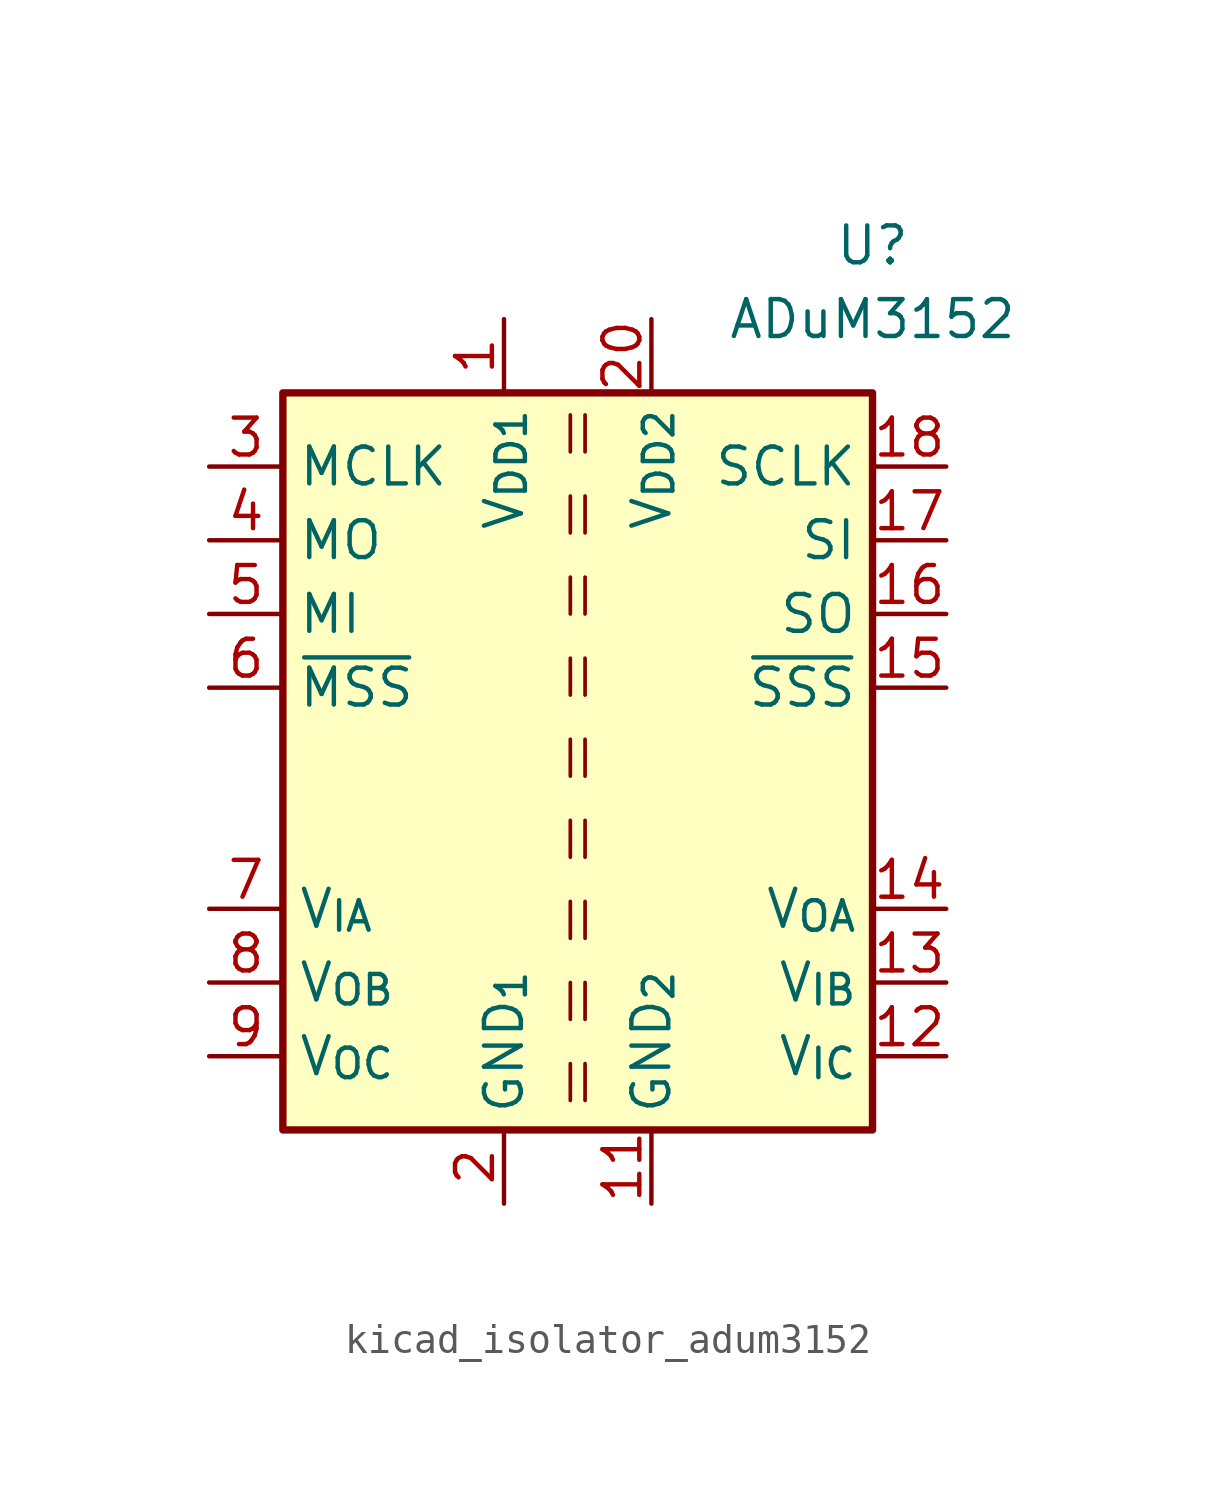
<source format=kicad_sym>
(kicad_symbol_lib
  (version 20220914)
  (generator kicad_symbol_editor)
  (symbol "kicad_isolator_adum3152"
    (property "Reference" "U"
      (at 10.16 17.78 0)
      (effects (font (size 1.27 1.27))))
    (property "Value" "ADuM3152"
      (at 10.16 15.24 0)
      (effects (font (size 1.27 1.27))))
    (symbol "kicad_isolator_adum3152_0_0"
      (rectangle (start -10.16 12.7) (end 10.16 -12.7) (stroke (width 0.254) (type default)) (fill (type background))))
    (symbol "kicad_isolator_adum3152_1_1"
      (polyline (pts (xy -0.254 -10.414) (xy -0.254 -11.684)) (stroke (width 0.127) (type default)) (fill (type none)))
      (polyline (pts (xy -0.254 -7.62) (xy -0.254 -8.89)) (stroke (width 0.127) (type default)) (fill (type none)))
      (polyline (pts (xy -0.254 -4.826) (xy -0.254 -6.096)) (stroke (width 0.127) (type default)) (fill (type none)))
      (polyline (pts (xy -0.254 -2.032) (xy -0.254 -3.302)) (stroke (width 0.127) (type default)) (fill (type none)))
      (polyline (pts (xy -0.254 0.762) (xy -0.254 -0.508)) (stroke (width 0.127) (type default)) (fill (type none)))
      (polyline (pts (xy -0.254 3.556) (xy -0.254 2.286)) (stroke (width 0.127) (type default)) (fill (type none)))
      (polyline (pts (xy -0.254 6.35) (xy -0.254 5.08)) (stroke (width 0.127) (type default)) (fill (type none)))
      (polyline (pts (xy -0.254 9.144) (xy -0.254 7.874)) (stroke (width 0.127) (type default)) (fill (type none)))
      (polyline (pts (xy -0.254 11.938) (xy -0.254 10.668)) (stroke (width 0.127) (type default)) (fill (type none)))
      (polyline (pts (xy 0.254 -10.414) (xy 0.254 -11.684)) (stroke (width 0.127) (type default)) (fill (type none)))
      (polyline (pts (xy 0.254 -7.62) (xy 0.254 -8.89)) (stroke (width 0.127) (type default)) (fill (type none)))
      (polyline (pts (xy 0.254 -4.826) (xy 0.254 -6.096)) (stroke (width 0.127) (type default)) (fill (type none)))
      (polyline (pts (xy 0.254 -2.032) (xy 0.254 -3.302)) (stroke (width 0.127) (type default)) (fill (type none)))
      (polyline (pts (xy 0.254 0.762) (xy 0.254 -0.508)) (stroke (width 0.127) (type default)) (fill (type none)))
      (polyline (pts (xy 0.254 3.556) (xy 0.254 2.286)) (stroke (width 0.127) (type default)) (fill (type none)))
      (polyline (pts (xy 0.254 6.35) (xy 0.254 5.08)) (stroke (width 0.127) (type default)) (fill (type none)))
      (polyline (pts (xy 0.254 9.144) (xy 0.254 7.874)) (stroke (width 0.127) (type default)) (fill (type none)))
      (polyline (pts (xy 0.254 11.938) (xy 0.254 10.668)) (stroke (width 0.127) (type default)) (fill (type none)))
      (pin power_in line (at -2.54 15.24 270) (length 2.54) (name "V_{DD1}" (effects (font (size 1.27 1.27)))) (number "1" (effects (font (size 1.27 1.27)))))
      (pin passive line (at -2.54 -15.24 90) (length 2.54) hide (name "GND_{1}" (effects (font (size 1.27 1.27)))) (number "10" (effects (font (size 1.27 1.27)))))
      (pin power_in line (at 2.54 -15.24 90) (length 2.54) (name "GND_{2}" (effects (font (size 1.27 1.27)))) (number "11" (effects (font (size 1.27 1.27)))))
      (pin input line (at 12.7 -10.16 180) (length 2.54) (name "V_{IC}" (effects (font (size 1.27 1.27)))) (number "12" (effects (font (size 1.27 1.27)))))
      (pin input line (at 12.7 -7.62 180) (length 2.54) (name "V_{IB}" (effects (font (size 1.27 1.27)))) (number "13" (effects (font (size 1.27 1.27)))))
      (pin output line (at 12.7 -5.08 180) (length 2.54) (name "V_{OA}" (effects (font (size 1.27 1.27)))) (number "14" (effects (font (size 1.27 1.27)))))
      (pin output line (at 12.7 2.54 180) (length 2.54) (name "~{SSS}" (effects (font (size 1.27 1.27)))) (number "15" (effects (font (size 1.27 1.27)))))
      (pin input line (at 12.7 5.08 180) (length 2.54) (name "SO" (effects (font (size 1.27 1.27)))) (number "16" (effects (font (size 1.27 1.27)))))
      (pin output line (at 12.7 7.62 180) (length 2.54) (name "SI" (effects (font (size 1.27 1.27)))) (number "17" (effects (font (size 1.27 1.27)))))
      (pin output line (at 12.7 10.16 180) (length 2.54) (name "SCLK" (effects (font (size 1.27 1.27)))) (number "18" (effects (font (size 1.27 1.27)))))
      (pin passive line (at 2.54 -15.24 90) (length 2.54) hide (name "GND_{2}" (effects (font (size 1.27 1.27)))) (number "19" (effects (font (size 1.27 1.27)))))
      (pin power_in line (at -2.54 -15.24 90) (length 2.54) (name "GND_{1}" (effects (font (size 1.27 1.27)))) (number "2" (effects (font (size 1.27 1.27)))))
      (pin power_in line (at 2.54 15.24 270) (length 2.54) (name "V_{DD2}" (effects (font (size 1.27 1.27)))) (number "20" (effects (font (size 1.27 1.27)))))
      (pin input line (at -12.7 10.16 0) (length 2.54) (name "MCLK" (effects (font (size 1.27 1.27)))) (number "3" (effects (font (size 1.27 1.27)))))
      (pin input line (at -12.7 7.62 0) (length 2.54) (name "MO" (effects (font (size 1.27 1.27)))) (number "4" (effects (font (size 1.27 1.27)))))
      (pin output line (at -12.7 5.08 0) (length 2.54) (name "MI" (effects (font (size 1.27 1.27)))) (number "5" (effects (font (size 1.27 1.27)))))
      (pin input line (at -12.7 2.54 0) (length 2.54) (name "~{MSS}" (effects (font (size 1.27 1.27)))) (number "6" (effects (font (size 1.27 1.27)))))
      (pin input line (at -12.7 -5.08 0) (length 2.54) (name "V_{IA}" (effects (font (size 1.27 1.27)))) (number "7" (effects (font (size 1.27 1.27)))))
      (pin output line (at -12.7 -7.62 0) (length 2.54) (name "V_{OB}" (effects (font (size 1.27 1.27)))) (number "8" (effects (font (size 1.27 1.27)))))
      (pin output line (at -12.7 -10.16 0) (length 2.54) (name "V_{OC}" (effects (font (size 1.27 1.27)))) (number "9" (effects (font (size 1.27 1.27))))))))
</source>
